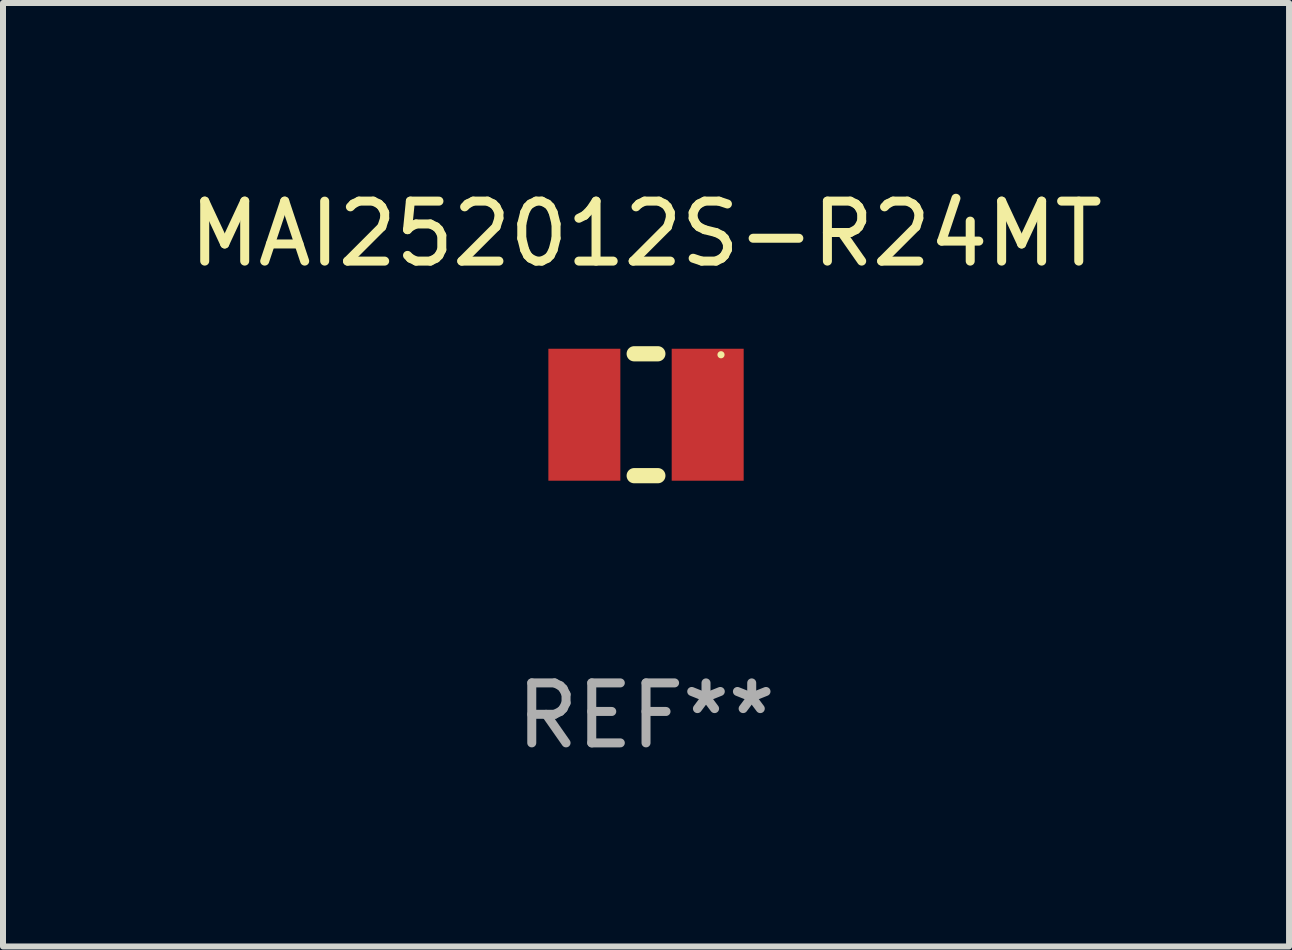
<source format=kicad_pcb>
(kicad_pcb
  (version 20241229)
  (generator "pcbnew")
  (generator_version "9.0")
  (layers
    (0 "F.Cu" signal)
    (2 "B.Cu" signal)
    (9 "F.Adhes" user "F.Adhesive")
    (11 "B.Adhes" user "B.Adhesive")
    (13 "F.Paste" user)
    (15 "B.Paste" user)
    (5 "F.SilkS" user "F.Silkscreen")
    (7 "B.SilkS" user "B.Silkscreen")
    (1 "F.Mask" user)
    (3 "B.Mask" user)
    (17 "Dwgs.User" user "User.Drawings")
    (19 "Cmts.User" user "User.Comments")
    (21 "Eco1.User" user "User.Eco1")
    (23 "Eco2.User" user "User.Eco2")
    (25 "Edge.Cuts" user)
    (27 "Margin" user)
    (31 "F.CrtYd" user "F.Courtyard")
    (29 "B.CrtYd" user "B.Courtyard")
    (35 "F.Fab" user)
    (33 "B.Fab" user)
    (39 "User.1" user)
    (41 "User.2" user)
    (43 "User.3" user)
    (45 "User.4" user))
  (footprint "MAI252012S-R24MT"
    (layer "F.Cu")
    (at 7.72 3.864)
    (property "Reference" "MAI252012S-R24MT" (at 0 -3.016 0) (layer "F.SilkS") (effects (font (size 1 1) (thickness 0.15))))
    (attr through_hole)
    (fp_line (start -0.197 1.016) (end 0.197 1.016) (stroke (width 0.254) (type solid)) (layer "F.SilkS"))
    (fp_line (start 0.197 -1.016) (end -0.197 -1.016) (stroke (width 0.254) (type solid)) (layer "F.SilkS"))
    (fp_circle (center 1.25 -1) (end 1.28 -1) (stroke (width 0.06) (type solid)) (fill no) (layer "F.SilkS"))
    (fp_text user "REF**" (at 0 5.016 0) (layer "F.Fab") (effects (font (size 1 1) (thickness 0.15))))
    (pad "1" smd rect (at 1.028 0) (size 1.2 2.2) (layers "F.Cu" "F.Mask" "F.Paste"))
    (pad "2" smd rect (at -1.028 0) (size 1.2 2.2) (layers "F.Cu" "F.Mask" "F.Paste")))
  (gr_rect
    (start -3 -3)
    (end 18.44 12.729)
    (stroke (width 0.1) (type default))
    (fill no)
    (layer "Edge.Cuts")))
</source>
